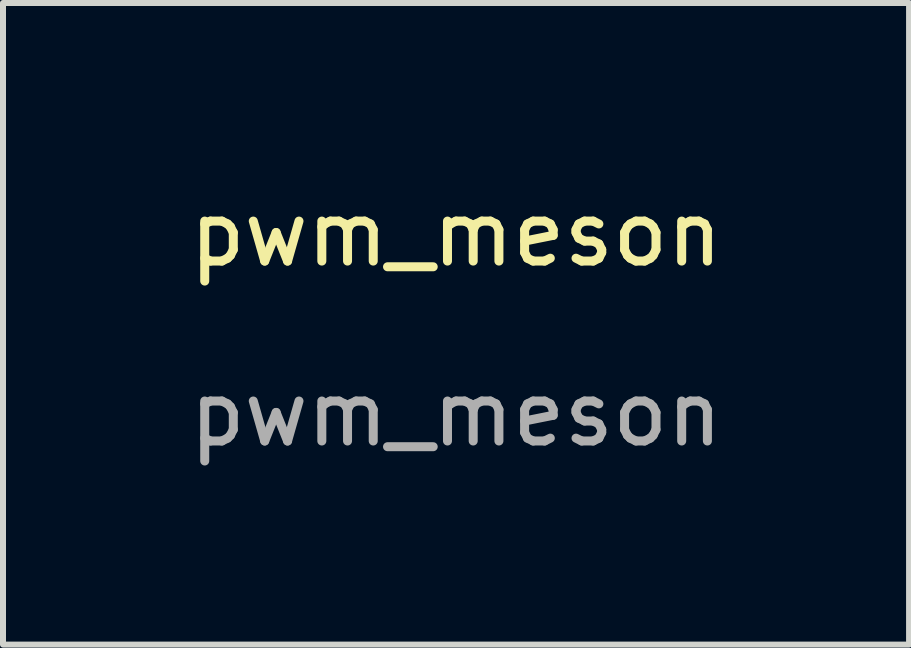
<source format=kicad_pcb>
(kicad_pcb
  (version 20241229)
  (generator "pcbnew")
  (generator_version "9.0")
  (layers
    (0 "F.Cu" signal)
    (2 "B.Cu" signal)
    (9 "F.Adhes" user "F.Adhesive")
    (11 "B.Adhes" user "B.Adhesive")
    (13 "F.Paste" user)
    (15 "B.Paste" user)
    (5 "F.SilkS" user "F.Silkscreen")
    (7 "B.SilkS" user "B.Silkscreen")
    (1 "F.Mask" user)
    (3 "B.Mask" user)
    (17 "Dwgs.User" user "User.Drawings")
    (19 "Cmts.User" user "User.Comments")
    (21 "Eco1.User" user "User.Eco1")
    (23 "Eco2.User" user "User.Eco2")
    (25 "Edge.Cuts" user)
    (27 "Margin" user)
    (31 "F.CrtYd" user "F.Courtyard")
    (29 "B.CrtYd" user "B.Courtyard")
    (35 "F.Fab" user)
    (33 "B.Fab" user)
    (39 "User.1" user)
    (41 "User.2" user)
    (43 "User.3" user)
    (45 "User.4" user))
  (footprint "pwm_meson"
    (layer "F.Cu")
    (at 4.554 1.348)
    (property "Reference" "pwm_meson" (at 0 -0.5 0) (unlocked yes) (layer "F.SilkS") (effects (font (size 1 1) (thickness 0.15))))
    (attr through_hole)
    (fp_text user "${REFERENCE}" (at 0 2.5 0) (unlocked yes) (layer "F.Fab") (effects (font (size 1 1) (thickness 0.15)))))
  (gr_rect
    (start -3 -3)
    (end 12.107 7.697)
    (stroke (width 0.1) (type default))
    (fill no)
    (layer "Edge.Cuts")))
</source>
